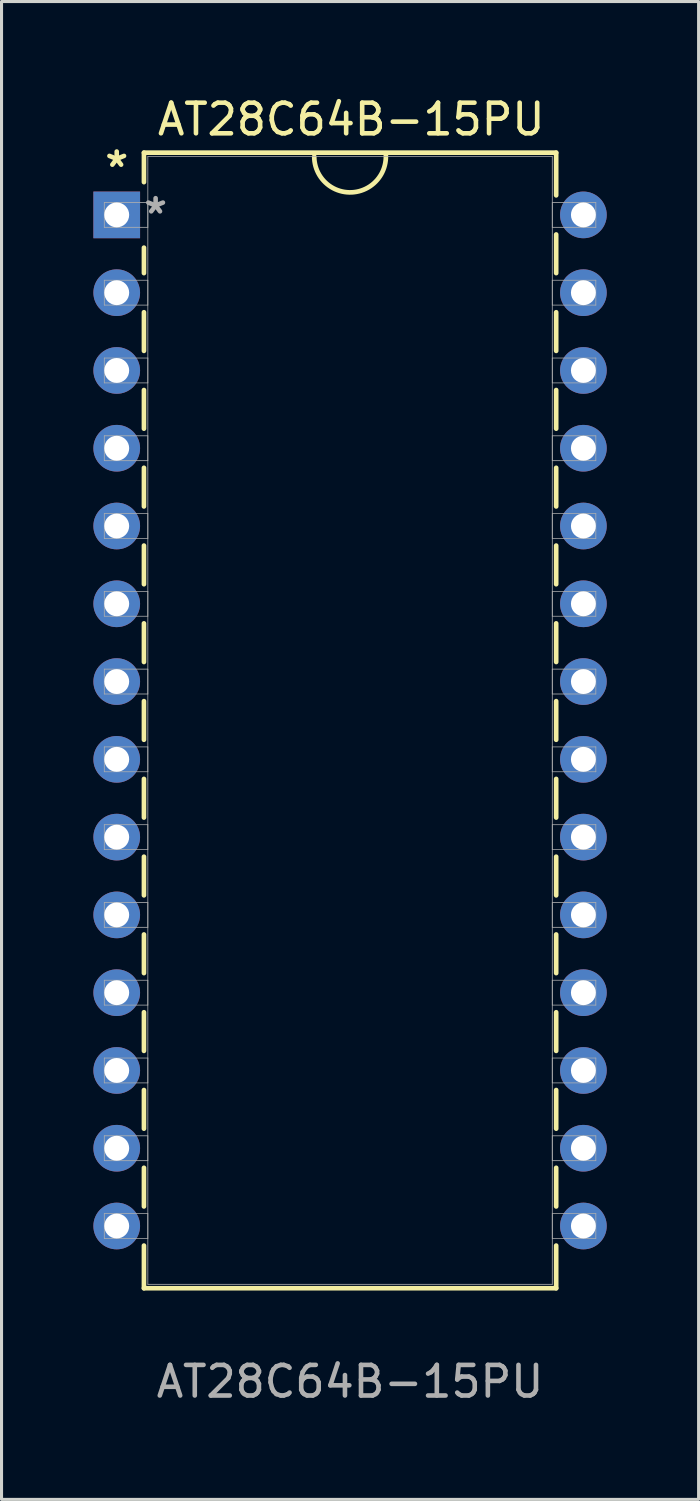
<source format=kicad_pcb>
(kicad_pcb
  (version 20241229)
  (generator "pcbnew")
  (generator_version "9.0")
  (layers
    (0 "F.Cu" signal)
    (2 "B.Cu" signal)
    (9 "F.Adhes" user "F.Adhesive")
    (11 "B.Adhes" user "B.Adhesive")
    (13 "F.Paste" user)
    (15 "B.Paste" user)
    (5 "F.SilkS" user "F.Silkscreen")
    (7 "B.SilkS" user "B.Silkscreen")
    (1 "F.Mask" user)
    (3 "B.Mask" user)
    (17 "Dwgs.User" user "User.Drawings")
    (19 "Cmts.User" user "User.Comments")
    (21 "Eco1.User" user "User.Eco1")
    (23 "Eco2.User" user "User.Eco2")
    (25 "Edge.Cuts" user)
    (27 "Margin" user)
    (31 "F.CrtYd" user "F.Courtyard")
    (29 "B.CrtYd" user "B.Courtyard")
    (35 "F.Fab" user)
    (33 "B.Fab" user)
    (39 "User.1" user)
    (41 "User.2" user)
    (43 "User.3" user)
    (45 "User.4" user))
  (footprint "AT28C64B-15PU"
    (layer "F.Cu")
    (at 0.762 3.968)
    (property "Reference" "AT28C64B-15PU" (at 7.659 -3.12 0) (unlocked yes) (layer "F.SilkS") (effects (font (size 1 1) (thickness 0.15))))
    (attr through_hole)
    (fp_line (start 0.889 -2.032) (end 0.889 -1.07) (stroke (width 0.152) (type solid)) (layer "F.SilkS"))
    (fp_line (start 0.889 1.07) (end 0.889 1.901) (stroke (width 0.152) (type solid)) (layer "F.SilkS"))
    (fp_line (start 0.889 3.179) (end 0.889 4.441) (stroke (width 0.152) (type solid)) (layer "F.SilkS"))
    (fp_line (start 0.889 5.719) (end 0.889 6.981) (stroke (width 0.152) (type solid)) (layer "F.SilkS"))
    (fp_line (start 0.889 8.259) (end 0.889 9.521) (stroke (width 0.152) (type solid)) (layer "F.SilkS"))
    (fp_line (start 0.889 10.799) (end 0.889 12.061) (stroke (width 0.152) (type solid)) (layer "F.SilkS"))
    (fp_line (start 0.889 13.339) (end 0.889 14.601) (stroke (width 0.152) (type solid)) (layer "F.SilkS"))
    (fp_line (start 0.889 15.879) (end 0.889 17.141) (stroke (width 0.152) (type solid)) (layer "F.SilkS"))
    (fp_line (start 0.889 18.419) (end 0.889 19.681) (stroke (width 0.152) (type solid)) (layer "F.SilkS"))
    (fp_line (start 0.889 20.959) (end 0.889 22.221) (stroke (width 0.152) (type solid)) (layer "F.SilkS"))
    (fp_line (start 0.889 23.499) (end 0.889 24.761) (stroke (width 0.152) (type solid)) (layer "F.SilkS"))
    (fp_line (start 0.889 26.039) (end 0.889 27.301) (stroke (width 0.152) (type solid)) (layer "F.SilkS"))
    (fp_line (start 0.889 28.579) (end 0.889 29.841) (stroke (width 0.152) (type solid)) (layer "F.SilkS"))
    (fp_line (start 0.889 31.119) (end 0.889 32.381) (stroke (width 0.152) (type solid)) (layer "F.SilkS"))
    (fp_line (start 0.889 33.659) (end 0.889 35.052) (stroke (width 0.152) (type solid)) (layer "F.SilkS"))
    (fp_line (start 0.889 35.052) (end 14.351 35.052) (stroke (width 0.152) (type solid)) (layer "F.SilkS"))
    (fp_line (start 14.351 -2.032) (end 0.889 -2.032) (stroke (width 0.152) (type solid)) (layer "F.SilkS"))
    (fp_line (start 14.351 -0.639) (end 14.351 -2.032) (stroke (width 0.152) (type solid)) (layer "F.SilkS"))
    (fp_line (start 14.351 1.901) (end 14.351 0.639) (stroke (width 0.152) (type solid)) (layer "F.SilkS"))
    (fp_line (start 14.351 4.441) (end 14.351 3.179) (stroke (width 0.152) (type solid)) (layer "F.SilkS"))
    (fp_line (start 14.351 6.981) (end 14.351 5.719) (stroke (width 0.152) (type solid)) (layer "F.SilkS"))
    (fp_line (start 14.351 9.521) (end 14.351 8.259) (stroke (width 0.152) (type solid)) (layer "F.SilkS"))
    (fp_line (start 14.351 12.061) (end 14.351 10.799) (stroke (width 0.152) (type solid)) (layer "F.SilkS"))
    (fp_line (start 14.351 14.601) (end 14.351 13.339) (stroke (width 0.152) (type solid)) (layer "F.SilkS"))
    (fp_line (start 14.351 17.141) (end 14.351 15.879) (stroke (width 0.152) (type solid)) (layer "F.SilkS"))
    (fp_line (start 14.351 19.681) (end 14.351 18.419) (stroke (width 0.152) (type solid)) (layer "F.SilkS"))
    (fp_line (start 14.351 22.221) (end 14.351 20.959) (stroke (width 0.152) (type solid)) (layer "F.SilkS"))
    (fp_line (start 14.351 24.761) (end 14.351 23.499) (stroke (width 0.152) (type solid)) (layer "F.SilkS"))
    (fp_line (start 14.351 27.301) (end 14.351 26.039) (stroke (width 0.152) (type solid)) (layer "F.SilkS"))
    (fp_line (start 14.351 29.841) (end 14.351 28.579) (stroke (width 0.152) (type solid)) (layer "F.SilkS"))
    (fp_line (start 14.351 32.381) (end 14.351 31.119) (stroke (width 0.152) (type solid)) (layer "F.SilkS"))
    (fp_line (start 14.351 35.052) (end 14.351 33.659) (stroke (width 0.152) (type solid)) (layer "F.SilkS"))
    (fp_arc (start 8.784815 -2.013989) (mid 7.674554 -0.73637) (end 6.450097 -1.905) (stroke (width 0.1524) (type solid)) (layer "F.SilkS"))
    (fp_line (start -0.406 -0.406) (end -0.406 0.406) (stroke (width 0.025) (type solid)) (layer "F.Fab"))
    (fp_line (start -0.406 0.406) (end 1.016 0.406) (stroke (width 0.025) (type solid)) (layer "F.Fab"))
    (fp_line (start -0.406 2.134) (end -0.406 2.946) (stroke (width 0.025) (type solid)) (layer "F.Fab"))
    (fp_line (start -0.406 2.946) (end 1.016 2.946) (stroke (width 0.025) (type solid)) (layer "F.Fab"))
    (fp_line (start -0.406 4.674) (end -0.406 5.486) (stroke (width 0.025) (type solid)) (layer "F.Fab"))
    (fp_line (start -0.406 5.486) (end 1.016 5.486) (stroke (width 0.025) (type solid)) (layer "F.Fab"))
    (fp_line (start -0.406 7.214) (end -0.406 8.026) (stroke (width 0.025) (type solid)) (layer "F.Fab"))
    (fp_line (start -0.406 8.026) (end 1.016 8.026) (stroke (width 0.025) (type solid)) (layer "F.Fab"))
    (fp_line (start -0.406 9.754) (end -0.406 10.566) (stroke (width 0.025) (type solid)) (layer "F.Fab"))
    (fp_line (start -0.406 10.566) (end 1.016 10.566) (stroke (width 0.025) (type solid)) (layer "F.Fab"))
    (fp_line (start -0.406 12.294) (end -0.406 13.106) (stroke (width 0.025) (type solid)) (layer "F.Fab"))
    (fp_line (start -0.406 13.106) (end 1.016 13.106) (stroke (width 0.025) (type solid)) (layer "F.Fab"))
    (fp_line (start -0.406 14.834) (end -0.406 15.646) (stroke (width 0.025) (type solid)) (layer "F.Fab"))
    (fp_line (start -0.406 15.646) (end 1.016 15.646) (stroke (width 0.025) (type solid)) (layer "F.Fab"))
    (fp_line (start -0.406 17.374) (end -0.406 18.186) (stroke (width 0.025) (type solid)) (layer "F.Fab"))
    (fp_line (start -0.406 18.186) (end 1.016 18.186) (stroke (width 0.025) (type solid)) (layer "F.Fab"))
    (fp_line (start -0.406 19.914) (end -0.406 20.726) (stroke (width 0.025) (type solid)) (layer "F.Fab"))
    (fp_line (start -0.406 20.726) (end 1.016 20.726) (stroke (width 0.025) (type solid)) (layer "F.Fab"))
    (fp_line (start -0.406 22.454) (end -0.406 23.266) (stroke (width 0.025) (type solid)) (layer "F.Fab"))
    (fp_line (start -0.406 23.266) (end 1.016 23.266) (stroke (width 0.025) (type solid)) (layer "F.Fab"))
    (fp_line (start -0.406 24.994) (end -0.406 25.806) (stroke (width 0.025) (type solid)) (layer "F.Fab"))
    (fp_line (start -0.406 25.806) (end 1.016 25.806) (stroke (width 0.025) (type solid)) (layer "F.Fab"))
    (fp_line (start -0.406 27.534) (end -0.406 28.346) (stroke (width 0.025) (type solid)) (layer "F.Fab"))
    (fp_line (start -0.406 28.346) (end 1.016 28.346) (stroke (width 0.025) (type solid)) (layer "F.Fab"))
    (fp_line (start -0.406 30.074) (end -0.406 30.886) (stroke (width 0.025) (type solid)) (layer "F.Fab"))
    (fp_line (start -0.406 30.886) (end 1.016 30.886) (stroke (width 0.025) (type solid)) (layer "F.Fab"))
    (fp_line (start -0.406 32.614) (end -0.406 33.426) (stroke (width 0.025) (type solid)) (layer "F.Fab"))
    (fp_line (start -0.406 33.426) (end 1.016 33.426) (stroke (width 0.025) (type solid)) (layer "F.Fab"))
    (fp_line (start 1.016 -1.905) (end 1.016 34.925) (stroke (width 0.025) (type solid)) (layer "F.Fab"))
    (fp_line (start 1.016 -0.406) (end -0.406 -0.406) (stroke (width 0.025) (type solid)) (layer "F.Fab"))
    (fp_line (start 1.016 0.406) (end 1.016 -0.406) (stroke (width 0.025) (type solid)) (layer "F.Fab"))
    (fp_line (start 1.016 2.134) (end -0.406 2.134) (stroke (width 0.025) (type solid)) (layer "F.Fab"))
    (fp_line (start 1.016 2.946) (end 1.016 2.134) (stroke (width 0.025) (type solid)) (layer "F.Fab"))
    (fp_line (start 1.016 4.674) (end -0.406 4.674) (stroke (width 0.025) (type solid)) (layer "F.Fab"))
    (fp_line (start 1.016 5.486) (end 1.016 4.674) (stroke (width 0.025) (type solid)) (layer "F.Fab"))
    (fp_line (start 1.016 7.214) (end -0.406 7.214) (stroke (width 0.025) (type solid)) (layer "F.Fab"))
    (fp_line (start 1.016 8.026) (end 1.016 7.214) (stroke (width 0.025) (type solid)) (layer "F.Fab"))
    (fp_line (start 1.016 9.754) (end -0.406 9.754) (stroke (width 0.025) (type solid)) (layer "F.Fab"))
    (fp_line (start 1.016 10.566) (end 1.016 9.754) (stroke (width 0.025) (type solid)) (layer "F.Fab"))
    (fp_line (start 1.016 12.294) (end -0.406 12.294) (stroke (width 0.025) (type solid)) (layer "F.Fab"))
    (fp_line (start 1.016 13.106) (end 1.016 12.294) (stroke (width 0.025) (type solid)) (layer "F.Fab"))
    (fp_line (start 1.016 14.834) (end -0.406 14.834) (stroke (width 0.025) (type solid)) (layer "F.Fab"))
    (fp_line (start 1.016 15.646) (end 1.016 14.834) (stroke (width 0.025) (type solid)) (layer "F.Fab"))
    (fp_line (start 1.016 17.374) (end -0.406 17.374) (stroke (width 0.025) (type solid)) (layer "F.Fab"))
    (fp_line (start 1.016 18.186) (end 1.016 17.374) (stroke (width 0.025) (type solid)) (layer "F.Fab"))
    (fp_line (start 1.016 19.914) (end -0.406 19.914) (stroke (width 0.025) (type solid)) (layer "F.Fab"))
    (fp_line (start 1.016 20.726) (end 1.016 19.914) (stroke (width 0.025) (type solid)) (layer "F.Fab"))
    (fp_line (start 1.016 22.454) (end -0.406 22.454) (stroke (width 0.025) (type solid)) (layer "F.Fab"))
    (fp_line (start 1.016 23.266) (end 1.016 22.454) (stroke (width 0.025) (type solid)) (layer "F.Fab"))
    (fp_line (start 1.016 24.994) (end -0.406 24.994) (stroke (width 0.025) (type solid)) (layer "F.Fab"))
    (fp_line (start 1.016 25.806) (end 1.016 24.994) (stroke (width 0.025) (type solid)) (layer "F.Fab"))
    (fp_line (start 1.016 27.534) (end -0.406 27.534) (stroke (width 0.025) (type solid)) (layer "F.Fab"))
    (fp_line (start 1.016 28.346) (end 1.016 27.534) (stroke (width 0.025) (type solid)) (layer "F.Fab"))
    (fp_line (start 1.016 30.074) (end -0.406 30.074) (stroke (width 0.025) (type solid)) (layer "F.Fab"))
    (fp_line (start 1.016 30.886) (end 1.016 30.074) (stroke (width 0.025) (type solid)) (layer "F.Fab"))
    (fp_line (start 1.016 32.614) (end -0.406 32.614) (stroke (width 0.025) (type solid)) (layer "F.Fab"))
    (fp_line (start 1.016 33.426) (end 1.016 32.614) (stroke (width 0.025) (type solid)) (layer "F.Fab"))
    (fp_line (start 1.016 34.925) (end 14.224 34.925) (stroke (width 0.025) (type solid)) (layer "F.Fab"))
    (fp_line (start 14.224 -1.905) (end 1.016 -1.905) (stroke (width 0.025) (type solid)) (layer "F.Fab"))
    (fp_line (start 14.224 -0.406) (end 14.224 0.406) (stroke (width 0.025) (type solid)) (layer "F.Fab"))
    (fp_line (start 14.224 0.406) (end 15.646 0.406) (stroke (width 0.025) (type solid)) (layer "F.Fab"))
    (fp_line (start 14.224 2.134) (end 14.224 2.946) (stroke (width 0.025) (type solid)) (layer "F.Fab"))
    (fp_line (start 14.224 2.946) (end 15.646 2.946) (stroke (width 0.025) (type solid)) (layer "F.Fab"))
    (fp_line (start 14.224 4.674) (end 14.224 5.486) (stroke (width 0.025) (type solid)) (layer "F.Fab"))
    (fp_line (start 14.224 5.486) (end 15.646 5.486) (stroke (width 0.025) (type solid)) (layer "F.Fab"))
    (fp_line (start 14.224 7.214) (end 14.224 8.026) (stroke (width 0.025) (type solid)) (layer "F.Fab"))
    (fp_line (start 14.224 8.026) (end 15.646 8.026) (stroke (width 0.025) (type solid)) (layer "F.Fab"))
    (fp_line (start 14.224 9.754) (end 14.224 10.566) (stroke (width 0.025) (type solid)) (layer "F.Fab"))
    (fp_line (start 14.224 10.566) (end 15.646 10.566) (stroke (width 0.025) (type solid)) (layer "F.Fab"))
    (fp_line (start 14.224 12.294) (end 14.224 13.106) (stroke (width 0.025) (type solid)) (layer "F.Fab"))
    (fp_line (start 14.224 13.106) (end 15.646 13.106) (stroke (width 0.025) (type solid)) (layer "F.Fab"))
    (fp_line (start 14.224 14.834) (end 14.224 15.646) (stroke (width 0.025) (type solid)) (layer "F.Fab"))
    (fp_line (start 14.224 15.646) (end 15.646 15.646) (stroke (width 0.025) (type solid)) (layer "F.Fab"))
    (fp_line (start 14.224 17.374) (end 14.224 18.186) (stroke (width 0.025) (type solid)) (layer "F.Fab"))
    (fp_line (start 14.224 18.186) (end 15.646 18.186) (stroke (width 0.025) (type solid)) (layer "F.Fab"))
    (fp_line (start 14.224 19.914) (end 14.224 20.726) (stroke (width 0.025) (type solid)) (layer "F.Fab"))
    (fp_line (start 14.224 20.726) (end 15.646 20.726) (stroke (width 0.025) (type solid)) (layer "F.Fab"))
    (fp_line (start 14.224 22.454) (end 14.224 23.266) (stroke (width 0.025) (type solid)) (layer "F.Fab"))
    (fp_line (start 14.224 23.266) (end 15.646 23.266) (stroke (width 0.025) (type solid)) (layer "F.Fab"))
    (fp_line (start 14.224 24.994) (end 14.224 25.806) (stroke (width 0.025) (type solid)) (layer "F.Fab"))
    (fp_line (start 14.224 25.806) (end 15.646 25.806) (stroke (width 0.025) (type solid)) (layer "F.Fab"))
    (fp_line (start 14.224 27.534) (end 14.224 28.346) (stroke (width 0.025) (type solid)) (layer "F.Fab"))
    (fp_line (start 14.224 28.346) (end 15.646 28.346) (stroke (width 0.025) (type solid)) (layer "F.Fab"))
    (fp_line (start 14.224 30.074) (end 14.224 30.886) (stroke (width 0.025) (type solid)) (layer "F.Fab"))
    (fp_line (start 14.224 30.886) (end 15.646 30.886) (stroke (width 0.025) (type solid)) (layer "F.Fab"))
    (fp_line (start 14.224 32.614) (end 14.224 33.426) (stroke (width 0.025) (type solid)) (layer "F.Fab"))
    (fp_line (start 14.224 33.426) (end 15.646 33.426) (stroke (width 0.025) (type solid)) (layer "F.Fab"))
    (fp_line (start 14.224 34.925) (end 14.224 -1.905) (stroke (width 0.025) (type solid)) (layer "F.Fab"))
    (fp_line (start 15.646 -0.406) (end 14.224 -0.406) (stroke (width 0.025) (type solid)) (layer "F.Fab"))
    (fp_line (start 15.646 0.406) (end 15.646 -0.406) (stroke (width 0.025) (type solid)) (layer "F.Fab"))
    (fp_line (start 15.646 2.134) (end 14.224 2.134) (stroke (width 0.025) (type solid)) (layer "F.Fab"))
    (fp_line (start 15.646 2.946) (end 15.646 2.134) (stroke (width 0.025) (type solid)) (layer "F.Fab"))
    (fp_line (start 15.646 4.674) (end 14.224 4.674) (stroke (width 0.025) (type solid)) (layer "F.Fab"))
    (fp_line (start 15.646 5.486) (end 15.646 4.674) (stroke (width 0.025) (type solid)) (layer "F.Fab"))
    (fp_line (start 15.646 7.214) (end 14.224 7.214) (stroke (width 0.025) (type solid)) (layer "F.Fab"))
    (fp_line (start 15.646 8.026) (end 15.646 7.214) (stroke (width 0.025) (type solid)) (layer "F.Fab"))
    (fp_line (start 15.646 9.754) (end 14.224 9.754) (stroke (width 0.025) (type solid)) (layer "F.Fab"))
    (fp_line (start 15.646 10.566) (end 15.646 9.754) (stroke (width 0.025) (type solid)) (layer "F.Fab"))
    (fp_line (start 15.646 12.294) (end 14.224 12.294) (stroke (width 0.025) (type solid)) (layer "F.Fab"))
    (fp_line (start 15.646 13.106) (end 15.646 12.294) (stroke (width 0.025) (type solid)) (layer "F.Fab"))
    (fp_line (start 15.646 14.834) (end 14.224 14.834) (stroke (width 0.025) (type solid)) (layer "F.Fab"))
    (fp_line (start 15.646 15.646) (end 15.646 14.834) (stroke (width 0.025) (type solid)) (layer "F.Fab"))
    (fp_line (start 15.646 17.374) (end 14.224 17.374) (stroke (width 0.025) (type solid)) (layer "F.Fab"))
    (fp_line (start 15.646 18.186) (end 15.646 17.374) (stroke (width 0.025) (type solid)) (layer "F.Fab"))
    (fp_line (start 15.646 19.914) (end 14.224 19.914) (stroke (width 0.025) (type solid)) (layer "F.Fab"))
    (fp_line (start 15.646 20.726) (end 15.646 19.914) (stroke (width 0.025) (type solid)) (layer "F.Fab"))
    (fp_line (start 15.646 22.454) (end 14.224 22.454) (stroke (width 0.025) (type solid)) (layer "F.Fab"))
    (fp_line (start 15.646 23.266) (end 15.646 22.454) (stroke (width 0.025) (type solid)) (layer "F.Fab"))
    (fp_line (start 15.646 24.994) (end 14.224 24.994) (stroke (width 0.025) (type solid)) (layer "F.Fab"))
    (fp_line (start 15.646 25.806) (end 15.646 24.994) (stroke (width 0.025) (type solid)) (layer "F.Fab"))
    (fp_line (start 15.646 27.534) (end 14.224 27.534) (stroke (width 0.025) (type solid)) (layer "F.Fab"))
    (fp_line (start 15.646 28.346) (end 15.646 27.534) (stroke (width 0.025) (type solid)) (layer "F.Fab"))
    (fp_line (start 15.646 30.074) (end 14.224 30.074) (stroke (width 0.025) (type solid)) (layer "F.Fab"))
    (fp_line (start 15.646 30.886) (end 15.646 30.074) (stroke (width 0.025) (type solid)) (layer "F.Fab"))
    (fp_line (start 15.646 32.614) (end 14.224 32.614) (stroke (width 0.025) (type solid)) (layer "F.Fab"))
    (fp_line (start 15.646 33.426) (end 15.646 32.614) (stroke (width 0.025) (type solid)) (layer "F.Fab"))
    (fp_text user "*" (at 0 -1.524 0) (layer "F.SilkS") (effects (font (size 1 1) (thickness 0.15))))
    (fp_text user "*" (at 1.27 0 0) (layer "F.Fab") (effects (font (size 1 1) (thickness 0.15))))
    (fp_text user "${REFERENCE}" (at 7.62 38.1 0) (unlocked yes) (layer "F.Fab") (effects (font (size 1 1) (thickness 0.15))))
    (pad "1" thru_hole rect (at 0 0) (size 1.524 1.524) (drill 0.813) (layers "*.Cu" "*.Mask"))
    (pad "2" thru_hole circle (at 0 2.54) (size 1.524 1.524) (drill 0.813) (layers "*.Cu" "*.Mask"))
    (pad "3" thru_hole circle (at 0 5.08) (size 1.524 1.524) (drill 0.813) (layers "*.Cu" "*.Mask"))
    (pad "4" thru_hole circle (at 0 7.62) (size 1.524 1.524) (drill 0.813) (layers "*.Cu" "*.Mask"))
    (pad "5" thru_hole circle (at 0 10.16) (size 1.524 1.524) (drill 0.813) (layers "*.Cu" "*.Mask"))
    (pad "6" thru_hole circle (at 0 12.7) (size 1.524 1.524) (drill 0.813) (layers "*.Cu" "*.Mask"))
    (pad "7" thru_hole circle (at 0 15.24) (size 1.524 1.524) (drill 0.813) (layers "*.Cu" "*.Mask"))
    (pad "8" thru_hole circle (at 0 17.78) (size 1.524 1.524) (drill 0.813) (layers "*.Cu" "*.Mask"))
    (pad "9" thru_hole circle (at 0 20.32) (size 1.524 1.524) (drill 0.813) (layers "*.Cu" "*.Mask"))
    (pad "10" thru_hole circle (at 0 22.86) (size 1.524 1.524) (drill 0.813) (layers "*.Cu" "*.Mask"))
    (pad "11" thru_hole circle (at 0 25.4) (size 1.524 1.524) (drill 0.813) (layers "*.Cu" "*.Mask"))
    (pad "12" thru_hole circle (at 0 27.94) (size 1.524 1.524) (drill 0.813) (layers "*.Cu" "*.Mask"))
    (pad "13" thru_hole circle (at 0 30.48) (size 1.524 1.524) (drill 0.813) (layers "*.Cu" "*.Mask"))
    (pad "14" thru_hole circle (at 0 33.02) (size 1.524 1.524) (drill 0.813) (layers "*.Cu" "*.Mask"))
    (pad "15" thru_hole circle (at 15.24 33.02) (size 1.524 1.524) (drill 0.813) (layers "*.Cu" "*.Mask"))
    (pad "16" thru_hole circle (at 15.24 30.48) (size 1.524 1.524) (drill 0.813) (layers "*.Cu" "*.Mask"))
    (pad "17" thru_hole circle (at 15.24 27.94) (size 1.524 1.524) (drill 0.813) (layers "*.Cu" "*.Mask"))
    (pad "18" thru_hole circle (at 15.24 25.4) (size 1.524 1.524) (drill 0.813) (layers "*.Cu" "*.Mask"))
    (pad "19" thru_hole circle (at 15.24 22.86) (size 1.524 1.524) (drill 0.813) (layers "*.Cu" "*.Mask"))
    (pad "20" thru_hole circle (at 15.24 20.32) (size 1.524 1.524) (drill 0.813) (layers "*.Cu" "*.Mask"))
    (pad "21" thru_hole circle (at 15.24 17.78) (size 1.524 1.524) (drill 0.813) (layers "*.Cu" "*.Mask"))
    (pad "22" thru_hole circle (at 15.24 15.24) (size 1.524 1.524) (drill 0.813) (layers "*.Cu" "*.Mask"))
    (pad "23" thru_hole circle (at 15.24 12.7) (size 1.524 1.524) (drill 0.813) (layers "*.Cu" "*.Mask"))
    (pad "24" thru_hole circle (at 15.24 10.16) (size 1.524 1.524) (drill 0.813) (layers "*.Cu" "*.Mask"))
    (pad "25" thru_hole circle (at 15.24 7.62) (size 1.524 1.524) (drill 0.813) (layers "*.Cu" "*.Mask"))
    (pad "26" thru_hole circle (at 15.24 5.08) (size 1.524 1.524) (drill 0.813) (layers "*.Cu" "*.Mask"))
    (pad "27" thru_hole circle (at 15.24 2.54) (size 1.524 1.524) (drill 0.813) (layers "*.Cu" "*.Mask"))
    (pad "28" thru_hole circle (at 15.24 0) (size 1.524 1.524) (drill 0.813) (layers "*.Cu" "*.Mask")))
  (gr_rect
    (start -3 -3)
    (end 19.764 45.916)
    (stroke (width 0.1) (type default))
    (fill no)
    (layer "Edge.Cuts")))
</source>
